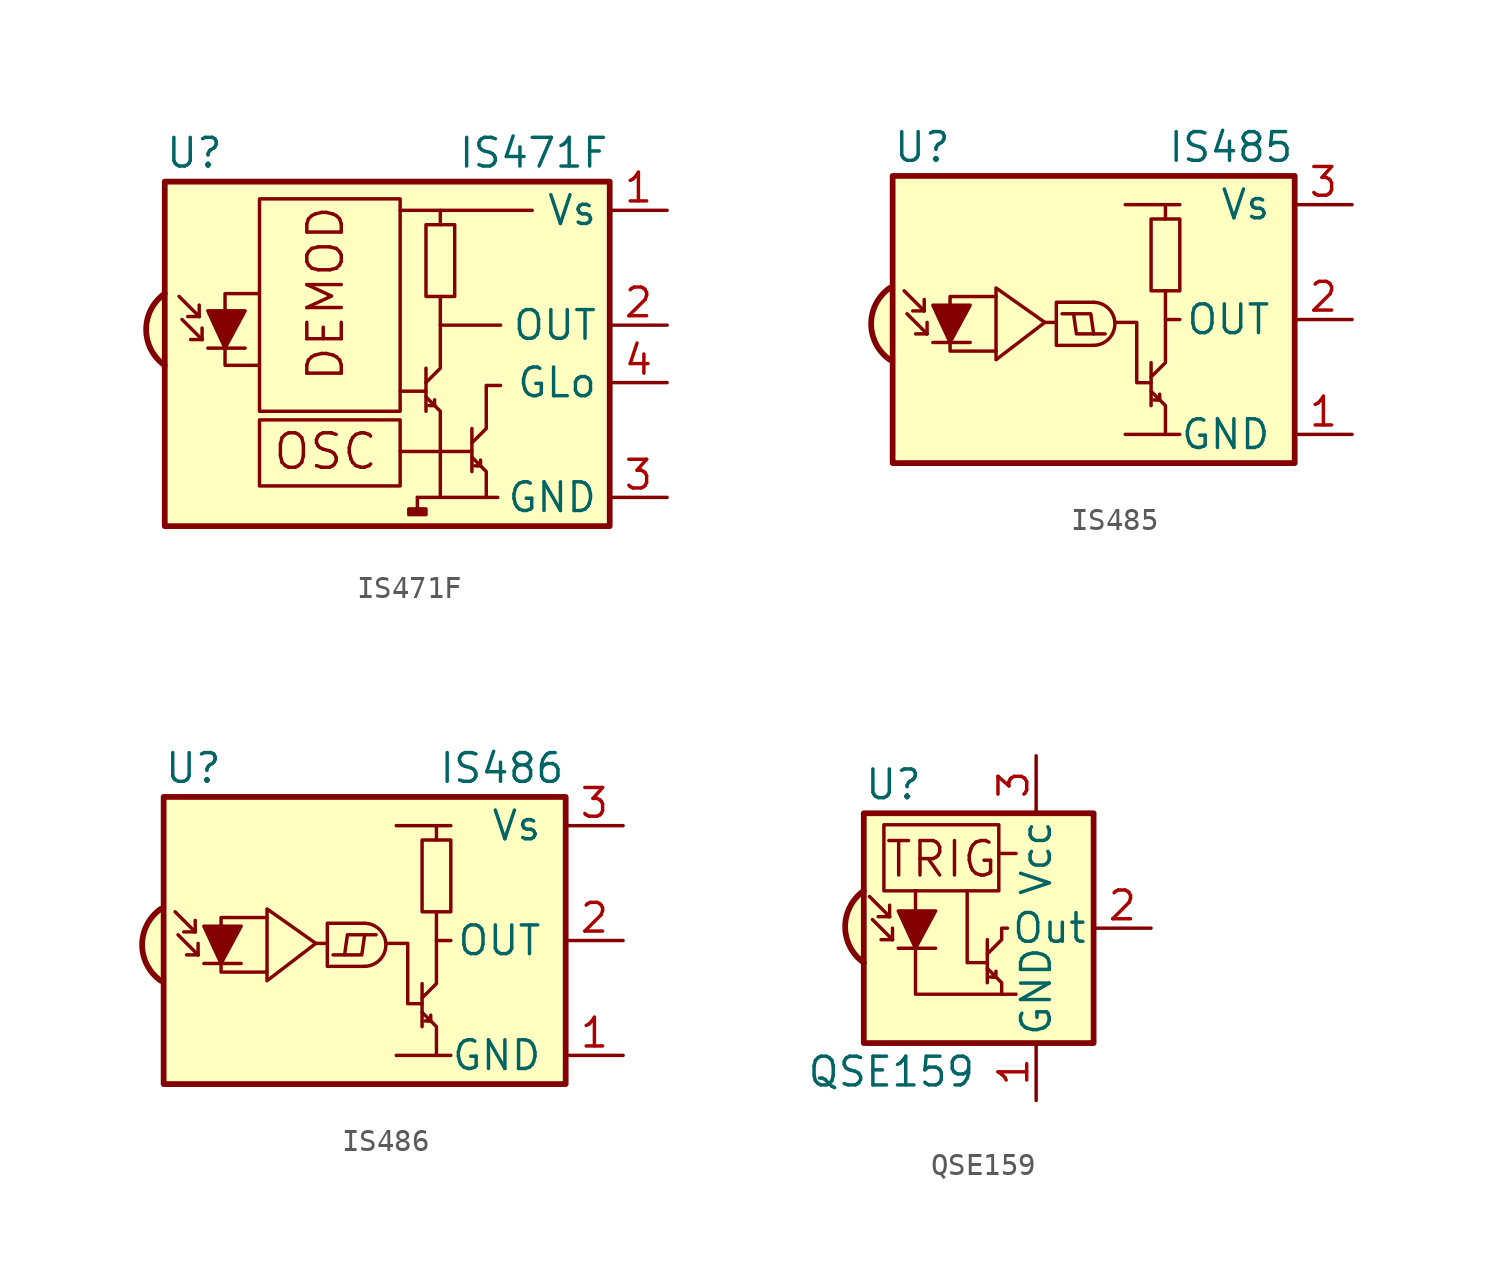
<source format=kicad_sym>
(kicad_symbol_lib
  (version 20201005)
  (generator kicad_symbol_editor)
  (symbol "IS471F"
    (property "Reference" "U"
      (at -12.065 7.62 0)
      (effects (font (size 1.27 1.27)) (justify left)))
    (property "Value" "IS471F"
      (at 7.62 7.62 0)
      (effects (font (size 1.27 1.27)) (justify right)))
    (symbol "IS471F_0_0"
      (arc (start -12.065 1.397) (end -12.065 -1.778) (radius (at -10.922 -0.1778) (length 1.9558) (angles 126 -125.5)) (stroke (width 0.254)) (fill (type background)))
      (text "DEMOD" (at -4.953 1.397 900) (effects (font (size 1.524 1.524))))
      (text "OSC" (at -4.953 -5.588 0) (effects (font (size 1.524 1.524))))
      (rectangle (start -7.874 -4.191) (end -1.651 -7.112) (stroke (width 0)) (fill (type none)))
      (rectangle (start -1.27 -8.128) (end -0.508 -8.382) (stroke (width 0)) (fill (type outline)))
      (polyline (pts (xy -0.889 -7.62) (xy -0.889 -8.128)) (stroke (width 0)) (fill (type none)))
      (polyline (pts (xy 0.127 5.08) (xy -1.651 5.08)) (stroke (width 0)) (fill (type none)))
      (polyline (pts (xy 2.667 -7.62) (xy -0.889 -7.62)) (stroke (width 0)) (fill (type none)))
      (polyline (pts (xy -0.508 -3.175) (xy 0.127 -3.81) (xy 0.127 -7.62)) (stroke (width 0)) (fill (type none)))
      (polyline (pts (xy 1.524 -5.842) (xy 2.159 -6.477) (xy 2.159 -7.62)) (stroke (width 0)) (fill (type none))))
    (symbol "IS471F_0_1"
      (rectangle (start -7.874 5.588) (end -1.651 -3.81) (stroke (width 0)) (fill (type none)))
      (rectangle (start 0.762 1.27) (end -0.508 4.445) (stroke (width 0)) (fill (type none)))
      (rectangle (start 7.62 6.35) (end -12.065 -8.89) (stroke (width 0.254)) (fill (type background)))
      (polyline (pts (xy -10.541 0.381) (xy -11.43 1.27)) (stroke (width 0)) (fill (type none)))
      (polyline (pts (xy -10.541 0.381) (xy -11.049 0.381)) (stroke (width 0)) (fill (type none)))
      (polyline (pts (xy -10.541 0.381) (xy -10.541 0.889)) (stroke (width 0)) (fill (type none)))
      (polyline (pts (xy -10.414 -0.635) (xy -11.303 0.254)) (stroke (width 0)) (fill (type none)))
      (polyline (pts (xy -10.414 -0.635) (xy -10.922 -0.635)) (stroke (width 0)) (fill (type none)))
      (polyline (pts (xy -10.414 -0.635) (xy -10.414 -0.127)) (stroke (width 0)) (fill (type none)))
      (polyline (pts (xy -10.16 -1.016) (xy -8.509 -1.016)) (stroke (width 0)) (fill (type none)))
      (polyline (pts (xy -0.508 -2.921) (xy -1.651 -2.921)) (stroke (width 0)) (fill (type none)))
      (polyline (pts (xy -0.508 -1.905) (xy -0.508 -3.81)) (stroke (width 0)) (fill (type none)))
      (polyline (pts (xy -0.381 -3.556) (xy -0.254 -3.556)) (stroke (width 0)) (fill (type none)))
      (polyline (pts (xy -0.127 -3.556) (xy -0.254 -3.556)) (stroke (width 0)) (fill (type none)))
      (polyline (pts (xy -0.127 -3.556) (xy -0.127 -3.302)) (stroke (width 0)) (fill (type none)))
      (polyline (pts (xy 0.127 0) (xy 0.127 1.27)) (stroke (width 0)) (fill (type none)))
      (polyline (pts (xy 1.524 -5.588) (xy -1.651 -5.588)) (stroke (width 0)) (fill (type none)))
      (polyline (pts (xy 1.524 -4.572) (xy 1.524 -6.477)) (stroke (width 0)) (fill (type none)))
      (polyline (pts (xy 1.651 -6.223) (xy 1.778 -6.223)) (stroke (width 0)) (fill (type none)))
      (polyline (pts (xy 1.905 -6.223) (xy 1.778 -6.223)) (stroke (width 0)) (fill (type none)))
      (polyline (pts (xy 1.905 -6.223) (xy 1.905 -5.969)) (stroke (width 0)) (fill (type none)))
      (polyline (pts (xy 0.127 4.445) (xy 0.127 5.08) (xy 4.191 5.08)) (stroke (width 0)) (fill (type none)))
      (polyline (pts (xy -10.16 0.635) (xy -8.509 0.635) (xy -9.398 -1.016) (xy -10.16 0.635)) (stroke (width 0)) (fill (type outline)))
      (polyline (pts (xy -7.874 1.397) (xy -9.398 1.397) (xy -9.398 -1.778) (xy -7.874 -1.778)) (stroke (width 0)) (fill (type none)))
      (polyline (pts (xy -0.508 -2.54) (xy 0.127 -1.905) (xy 0.127 0) (xy 2.794 0)) (stroke (width 0)) (fill (type none)))
      (polyline (pts (xy 1.524 -5.207) (xy 2.159 -4.572) (xy 2.159 -2.667) (xy 2.794 -2.667)) (stroke (width 0)) (fill (type none))))
    (symbol "IS471F_1_1"
      (pin power_in line (at 10.16 5.08 180) (length 2.54) (name "Vs" (effects (font (size 1.27 1.27)))) (number "1" (effects (font (size 1.27 1.27)))))
      (pin output line (at 10.16 0 180) (length 2.54) (name "OUT" (effects (font (size 1.27 1.27)))) (number "2" (effects (font (size 1.27 1.27)))))
      (pin power_in line (at 10.16 -7.62 180) (length 2.54) (name "GND" (effects (font (size 1.27 1.27)))) (number "3" (effects (font (size 1.27 1.27)))))
      (pin open_collector line (at 10.16 -2.54 180) (length 2.54) (name "GLo" (effects (font (size 1.27 1.27)))) (number "4" (effects (font (size 1.27 1.27)))))))
  (symbol "IS485"
    (pin_names
      (offset 1.016))
    (property "Reference" "U"
      (at -10.16 7.62 0)
      (effects (font (size 1.27 1.27)) (justify left)))
    (property "Value" "IS485"
      (at 7.62 7.62 0)
      (effects (font (size 1.27 1.27)) (justify right)))
    (symbol "IS485_0_0"
      (arc (start -10.287 1.397) (end -10.287 -1.778) (radius (at -9.144 -0.1778) (length 1.9558) (angles 126 -125.5)) (stroke (width 0.254)) (fill (type background)))
      (polyline (pts (xy 1.905 -5.08) (xy 0.127 -5.08)) (stroke (width 0)) (fill (type none)))
      (polyline (pts (xy 1.905 5.08) (xy 0.127 5.08)) (stroke (width 0)) (fill (type none))))
    (symbol "IS485_0_1"
      (arc (start -1.27 -1.143) (end -1.27 0.762) (radius (at -1.27 -0.1778) (length 0.9398) (angles -89.9 89.9)) (stroke (width 0)) (fill (type none)))
      (rectangle (start 2.54 1.27) (end 1.27 4.445) (stroke (width 0)) (fill (type none)))
      (rectangle (start 7.62 6.35) (end -10.16 -6.35) (stroke (width 0.254)) (fill (type background)))
      (polyline (pts (xy -8.763 0.381) (xy -9.652 1.27)) (stroke (width 0)) (fill (type none)))
      (polyline (pts (xy -8.763 0.381) (xy -9.271 0.381)) (stroke (width 0)) (fill (type none)))
      (polyline (pts (xy -8.763 0.381) (xy -8.763 0.889)) (stroke (width 0)) (fill (type none)))
      (polyline (pts (xy -8.636 -0.635) (xy -9.525 0.254)) (stroke (width 0)) (fill (type none)))
      (polyline (pts (xy -8.636 -0.635) (xy -9.144 -0.635)) (stroke (width 0)) (fill (type none)))
      (polyline (pts (xy -8.636 -0.635) (xy -8.636 -0.127)) (stroke (width 0)) (fill (type none)))
      (polyline (pts (xy -8.382 -1.016) (xy -6.731 -1.016)) (stroke (width 0)) (fill (type none)))
      (polyline (pts (xy -3.429 -0.127) (xy -2.921 -0.127)) (stroke (width 0)) (fill (type none)))
      (polyline (pts (xy 1.27 -1.905) (xy 1.27 -3.81)) (stroke (width 0)) (fill (type none)))
      (polyline (pts (xy 1.397 -3.556) (xy 1.524 -3.556)) (stroke (width 0)) (fill (type none)))
      (polyline (pts (xy 1.651 -3.556) (xy 1.524 -3.556)) (stroke (width 0)) (fill (type none)))
      (polyline (pts (xy 1.651 -3.556) (xy 1.651 -3.302)) (stroke (width 0)) (fill (type none)))
      (polyline (pts (xy 1.905 0) (xy 1.905 1.27)) (stroke (width 0)) (fill (type none)))
      (polyline (pts (xy -2.667 0.254) (xy -1.397 0.254) (xy -1.27 -0.635)) (stroke (width 0)) (fill (type none)))
      (polyline (pts (xy -0.762 -0.635) (xy -2.032 -0.635) (xy -2.159 0.254)) (stroke (width 0)) (fill (type none)))
      (polyline (pts (xy 1.905 4.445) (xy 1.905 5.08) (xy 2.54 5.08)) (stroke (width 0)) (fill (type none)))
      (polyline (pts (xy -8.382 0.635) (xy -6.731 0.635) (xy -7.62 -1.016) (xy -8.382 0.635)) (stroke (width 0)) (fill (type outline)))
      (polyline (pts (xy -5.588 -1.397) (xy -7.62 -1.397) (xy -7.62 1.016) (xy -5.588 1.016)) (stroke (width 0)) (fill (type none)))
      (polyline (pts (xy -3.429 -0.127) (xy -5.588 1.397) (xy -5.588 -1.778) (xy -3.429 -0.127)) (stroke (width 0)) (fill (type none)))
      (polyline (pts (xy -1.27 0.762) (xy -2.921 0.762) (xy -2.921 -1.143) (xy -1.27 -1.143)) (stroke (width 0)) (fill (type none)))
      (polyline (pts (xy 1.27 -3.175) (xy 1.905 -3.81) (xy 1.905 -5.08) (xy 2.54 -5.08)) (stroke (width 0)) (fill (type none)))
      (polyline (pts (xy 1.27 -2.794) (xy 0.635 -2.794) (xy 0.635 -0.127) (xy -0.254 -0.127)) (stroke (width 0)) (fill (type none)))
      (polyline (pts (xy 1.27 -2.54) (xy 1.905 -1.905) (xy 1.905 0) (xy 2.54 0)) (stroke (width 0)) (fill (type none))))
    (symbol "IS485_1_1"
      (pin power_in line (at 10.16 -5.08 180) (length 2.54) (name "GND" (effects (font (size 1.27 1.27)))) (number "1" (effects (font (size 1.27 1.27)))))
      (pin output line (at 10.16 0 180) (length 2.54) (name "OUT" (effects (font (size 1.27 1.27)))) (number "2" (effects (font (size 1.27 1.27)))))
      (pin power_in line (at 10.16 5.08 180) (length 2.54) (name "Vs" (effects (font (size 1.27 1.27)))) (number "3" (effects (font (size 1.27 1.27)))))))
  (symbol "IS486"
    (pin_names
      (offset 1.016))
    (property "Reference" "U"
      (at -10.16 7.62 0)
      (effects (font (size 1.27 1.27)) (justify left)))
    (property "Value" "IS486"
      (at 7.62 7.62 0)
      (effects (font (size 1.27 1.27)) (justify right)))
    (symbol "IS486_0_0"
      (arc (start -10.287 1.397) (end -10.287 -1.778) (radius (at -9.144 -0.1778) (length 1.9558) (angles 126 -125.5)) (stroke (width 0.254)) (fill (type background)))
      (polyline (pts (xy 1.905 -5.08) (xy 0.127 -5.08)) (stroke (width 0)) (fill (type none)))
      (polyline (pts (xy 1.905 5.08) (xy 0.127 5.08)) (stroke (width 0)) (fill (type none))))
    (symbol "IS486_0_1"
      (arc (start -1.27 -1.143) (end -1.27 0.762) (radius (at -1.27 -0.1778) (length 0.9398) (angles -89.9 89.9)) (stroke (width 0)) (fill (type none)))
      (rectangle (start 2.54 1.27) (end 1.27 4.445) (stroke (width 0)) (fill (type none)))
      (rectangle (start 7.62 6.35) (end -10.16 -6.35) (stroke (width 0.254)) (fill (type background)))
      (polyline (pts (xy -8.763 0.381) (xy -9.652 1.27)) (stroke (width 0)) (fill (type none)))
      (polyline (pts (xy -8.763 0.381) (xy -9.271 0.381)) (stroke (width 0)) (fill (type none)))
      (polyline (pts (xy -8.763 0.381) (xy -8.763 0.889)) (stroke (width 0)) (fill (type none)))
      (polyline (pts (xy -8.636 -0.635) (xy -9.525 0.254)) (stroke (width 0)) (fill (type none)))
      (polyline (pts (xy -8.636 -0.635) (xy -9.144 -0.635)) (stroke (width 0)) (fill (type none)))
      (polyline (pts (xy -8.636 -0.635) (xy -8.636 -0.127)) (stroke (width 0)) (fill (type none)))
      (polyline (pts (xy -8.382 -1.016) (xy -6.731 -1.016)) (stroke (width 0)) (fill (type none)))
      (polyline (pts (xy -3.429 -0.127) (xy -2.921 -0.127)) (stroke (width 0)) (fill (type none)))
      (polyline (pts (xy 1.27 -1.905) (xy 1.27 -3.81)) (stroke (width 0)) (fill (type none)))
      (polyline (pts (xy 1.397 -3.556) (xy 1.524 -3.556)) (stroke (width 0)) (fill (type none)))
      (polyline (pts (xy 1.651 -3.556) (xy 1.524 -3.556)) (stroke (width 0)) (fill (type none)))
      (polyline (pts (xy 1.651 -3.556) (xy 1.651 -3.302)) (stroke (width 0)) (fill (type none)))
      (polyline (pts (xy 1.905 0) (xy 1.905 1.27)) (stroke (width 0)) (fill (type none)))
      (polyline (pts (xy -2.667 -0.635) (xy -1.397 -0.635) (xy -1.27 0.254)) (stroke (width 0)) (fill (type none)))
      (polyline (pts (xy -0.762 0.254) (xy -2.032 0.254) (xy -2.159 -0.635)) (stroke (width 0)) (fill (type none)))
      (polyline (pts (xy 1.905 4.445) (xy 1.905 5.08) (xy 2.54 5.08)) (stroke (width 0)) (fill (type none)))
      (polyline (pts (xy -8.382 0.635) (xy -6.731 0.635) (xy -7.62 -1.016) (xy -8.382 0.635)) (stroke (width 0)) (fill (type outline)))
      (polyline (pts (xy -5.588 -1.397) (xy -7.62 -1.397) (xy -7.62 1.016) (xy -5.588 1.016)) (stroke (width 0)) (fill (type none)))
      (polyline (pts (xy -3.429 -0.127) (xy -5.588 1.397) (xy -5.588 -1.778) (xy -3.429 -0.127)) (stroke (width 0)) (fill (type none)))
      (polyline (pts (xy -1.27 0.762) (xy -2.921 0.762) (xy -2.921 -1.143) (xy -1.27 -1.143)) (stroke (width 0)) (fill (type none)))
      (polyline (pts (xy 1.27 -3.175) (xy 1.905 -3.81) (xy 1.905 -5.08) (xy 2.54 -5.08)) (stroke (width 0)) (fill (type none)))
      (polyline (pts (xy 1.27 -2.794) (xy 0.635 -2.794) (xy 0.635 -0.127) (xy -0.254 -0.127)) (stroke (width 0)) (fill (type none)))
      (polyline (pts (xy 1.27 -2.54) (xy 1.905 -1.905) (xy 1.905 0) (xy 2.54 0)) (stroke (width 0)) (fill (type none))))
    (symbol "IS486_1_1"
      (pin power_in line (at 10.16 -5.08 180) (length 2.54) (name "GND" (effects (font (size 1.27 1.27)))) (number "1" (effects (font (size 1.27 1.27)))))
      (pin output line (at 10.16 0 180) (length 2.54) (name "OUT" (effects (font (size 1.27 1.27)))) (number "2" (effects (font (size 1.27 1.27)))))
      (pin power_in line (at 10.16 5.08 180) (length 2.54) (name "Vs" (effects (font (size 1.27 1.27)))) (number "3" (effects (font (size 1.27 1.27)))))))
  (symbol "QSE159"
    (pin_names
      (offset 0.254))
    (property "Reference" "U"
      (at -5.08 6.35 0)
      (effects (font (size 1.27 1.27)) (justify left)))
    (property "Value" "QSE159"
      (at -7.62 -6.35 0)
      (effects (font (size 1.27 1.27)) (justify left)))
    (symbol "QSE159_0_0"
      (arc (start -5.08 1.651) (end -5.08 -1.524) (radius (at -3.937 0.0762) (length 1.9558) (angles 126 -125.5)) (stroke (width 0.254)) (fill (type background)))
      (text "TRIG" (at -1.651 3.048 0) (effects (font (size 1.524 1.524))))
      (rectangle (start 0.889 4.572) (end -4.191 1.651) (stroke (width 0)) (fill (type none)))
      (rectangle (start 5.08 5.08) (end -5.08 -5.08) (stroke (width 0.254)) (fill (type background)))
      (polyline (pts (xy 0.889 3.302) (xy 1.651 3.302)) (stroke (width 0)) (fill (type none)))
      (polyline (pts (xy 0.381 -1.778) (xy 1.016 -2.413) (xy 1.016 -2.921)) (stroke (width 0)) (fill (type none)))
      (polyline (pts (xy 0.381 -1.524) (xy -0.508 -1.524) (xy -0.508 1.651)) (stroke (width 0)) (fill (type none)))
      (polyline (pts (xy 1.651 -2.921) (xy -2.794 -2.921) (xy -2.794 1.651)) (stroke (width 0)) (fill (type none)))
      (polyline (pts (xy 0.381 -1.143) (xy 1.016 -0.508) (xy 1.016 0) (xy 1.27 0)) (stroke (width 0)) (fill (type none))))
    (symbol "QSE159_0_1"
      (polyline (pts (xy -3.937 0.508) (xy -4.826 1.397)) (stroke (width 0)) (fill (type none)))
      (polyline (pts (xy -3.937 0.508) (xy -4.445 0.508)) (stroke (width 0)) (fill (type none)))
      (polyline (pts (xy -3.937 0.508) (xy -3.937 1.016)) (stroke (width 0)) (fill (type none)))
      (polyline (pts (xy -3.81 -0.508) (xy -4.699 0.381)) (stroke (width 0)) (fill (type none)))
      (polyline (pts (xy -3.81 -0.508) (xy -4.318 -0.508)) (stroke (width 0)) (fill (type none)))
      (polyline (pts (xy -3.81 -0.508) (xy -3.81 0)) (stroke (width 0)) (fill (type none)))
      (polyline (pts (xy -3.556 -0.889) (xy -1.905 -0.889)) (stroke (width 0)) (fill (type none)))
      (polyline (pts (xy 0.381 -0.508) (xy 0.381 -2.413)) (stroke (width 0)) (fill (type none)))
      (polyline (pts (xy 0.508 -2.159) (xy 0.635 -2.159)) (stroke (width 0)) (fill (type none)))
      (polyline (pts (xy 0.762 -2.159) (xy 0.635 -2.159)) (stroke (width 0)) (fill (type none)))
      (polyline (pts (xy 0.762 -2.159) (xy 0.762 -1.905)) (stroke (width 0)) (fill (type none)))
      (polyline (pts (xy -3.556 0.762) (xy -1.905 0.762) (xy -2.794 -0.889) (xy -3.556 0.762)) (stroke (width 0)) (fill (type outline))))
    (symbol "QSE159_1_1"
      (pin power_in line (at 2.54 -7.62 90) (length 2.54) (name "GND" (effects (font (size 1.27 1.27)))) (number "1" (effects (font (size 1.27 1.27)))))
      (pin output line (at 7.62 0 180) (length 2.54) (name "Out" (effects (font (size 1.27 1.27)))) (number "2" (effects (font (size 1.27 1.27)))))
      (pin power_in line (at 2.54 7.62 270) (length 2.54) (name "Vcc" (effects (font (size 1.27 1.27)))) (number "3" (effects (font (size 1.27 1.27))))))))
</source>
